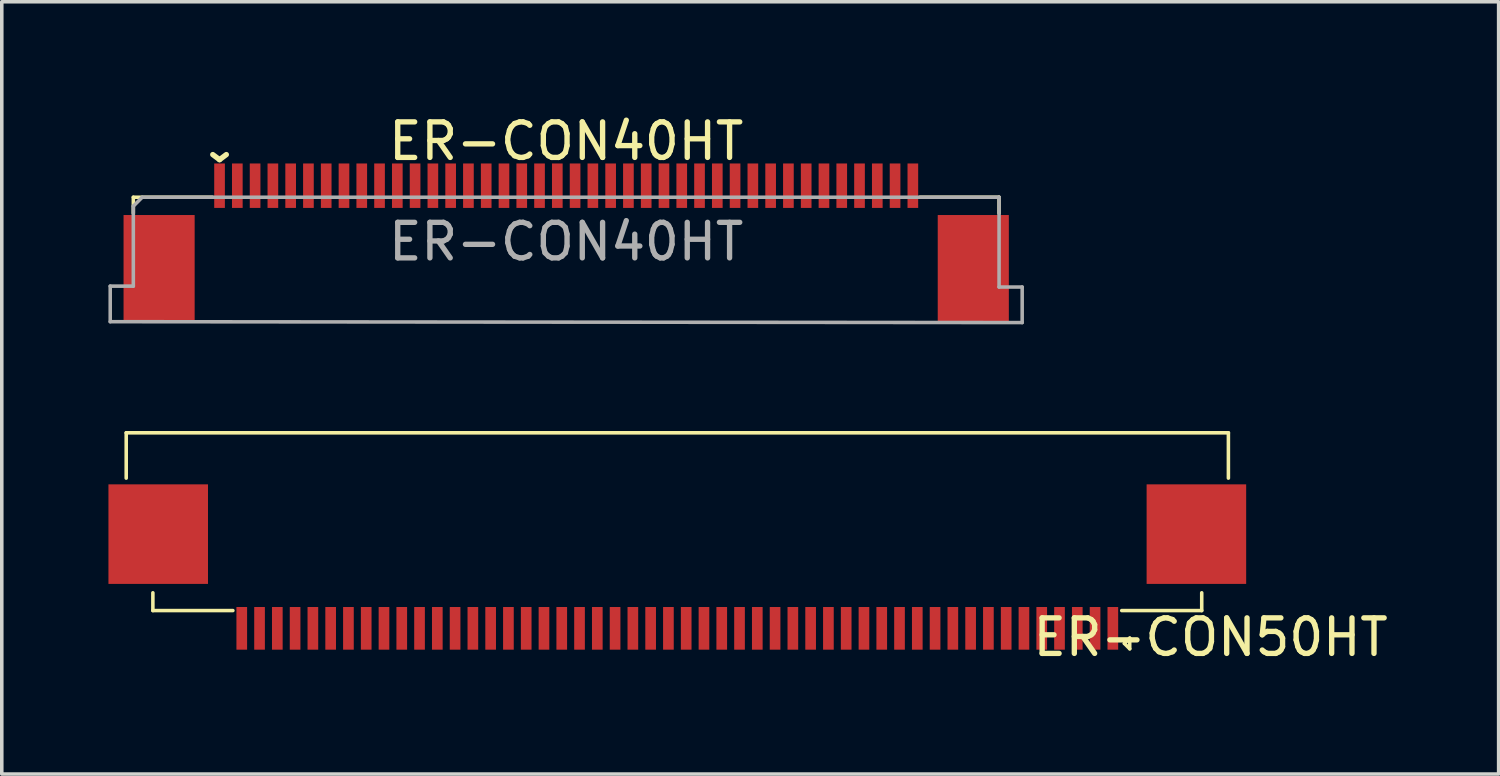
<source format=kicad_pcb>
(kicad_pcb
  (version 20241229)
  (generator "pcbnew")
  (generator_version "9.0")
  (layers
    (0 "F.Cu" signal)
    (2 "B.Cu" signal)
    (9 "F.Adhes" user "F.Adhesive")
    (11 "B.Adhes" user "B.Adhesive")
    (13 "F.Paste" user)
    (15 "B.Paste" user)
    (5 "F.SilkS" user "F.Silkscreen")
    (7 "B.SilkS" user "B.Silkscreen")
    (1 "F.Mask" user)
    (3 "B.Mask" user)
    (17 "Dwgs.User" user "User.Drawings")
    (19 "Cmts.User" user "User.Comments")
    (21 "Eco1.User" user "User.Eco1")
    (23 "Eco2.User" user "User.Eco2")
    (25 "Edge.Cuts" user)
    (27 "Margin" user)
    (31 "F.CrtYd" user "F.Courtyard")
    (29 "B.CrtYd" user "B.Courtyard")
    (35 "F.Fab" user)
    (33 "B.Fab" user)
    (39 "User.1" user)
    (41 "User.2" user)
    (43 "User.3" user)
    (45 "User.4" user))
  (footprint "ER-CON40HT"
    (layer "F.Cu")
    (at 12.875 2.998)
    (property "Reference" "ER-CON40HT" (at 0 -2.075 0) (unlocked yes) (layer "F.SilkS") (effects (font (size 1 1) (thickness 0.15))))
    (fp_line (start -12.175 -0.5) (end -9.95 -0.5) (stroke (width 0.1) (type solid)) (layer "F.SilkS"))
    (fp_line (start -12.175 -0.05) (end -12.175 -0.5) (stroke (width 0.1) (type solid)) (layer "F.SilkS"))
    (fp_line (start 12.175 -0.5) (end 9.95 -0.5) (stroke (width 0.1) (type solid)) (layer "F.SilkS"))
    (fp_line (start 12.175 -0.05) (end 12.175 -0.5) (stroke (width 0.1) (type solid)) (layer "F.SilkS"))
    (fp_line (start -12.825 2) (end -12.175 2) (stroke (width 0.1) (type solid)) (layer "F.Fab"))
    (fp_line (start -12.825 3) (end -12.825 2) (stroke (width 0.1) (type solid)) (layer "F.Fab"))
    (fp_line (start -12.175 -0.25) (end -11.925 -0.5) (stroke (width 0.1) (type solid)) (layer "F.Fab"))
    (fp_line (start -12.175 2) (end -12.175 -0.25) (stroke (width 0.1) (type solid)) (layer "F.Fab"))
    (fp_line (start -11.925 -0.5) (end 12.175 -0.5) (stroke (width 0.1) (type solid)) (layer "F.Fab"))
    (fp_line (start 12.175 -0.5) (end 12.175 2.025) (stroke (width 0.1) (type solid)) (layer "F.Fab"))
    (fp_line (start 12.175 2.025) (end 12.825 2.025) (stroke (width 0.1) (type solid)) (layer "F.Fab"))
    (fp_line (start 12.825 2.025) (end 12.825 3.025) (stroke (width 0.1) (type solid)) (layer "F.Fab"))
    (fp_line (start 12.825 3.025) (end -12.825 3) (stroke (width 0.1) (type solid)) (layer "F.Fab"))
    (fp_text user "^" (at -9.75 -2.15 180) (unlocked yes) (layer "F.SilkS") (effects (font (size 1 1) (thickness 0.15))))
    (fp_text user "${REFERENCE}" (at 0 0.75 0) (unlocked yes) (layer "F.Fab") (effects (font (size 1 1) (thickness 0.15))))
    (pad "" smd rect (at -11.45 1.5) (size 2 3) (layers "F.Cu" "F.Mask" "F.Paste"))
    (pad "" smd rect (at 11.45 1.5) (size 2 3) (layers "F.Cu" "F.Mask" "F.Paste"))
    (pad "1" smd rect (at -9.75 -0.825) (size 0.3 1.25) (layers "F.Cu" "F.Mask" "F.Paste"))
    (pad "2" smd rect (at -9.25 -0.825) (size 0.3 1.25) (layers "F.Cu" "F.Mask" "F.Paste"))
    (pad "3" smd rect (at -8.75 -0.825) (size 0.3 1.25) (layers "F.Cu" "F.Mask" "F.Paste"))
    (pad "4" smd rect (at -8.25 -0.825) (size 0.3 1.25) (layers "F.Cu" "F.Mask" "F.Paste"))
    (pad "5" smd rect (at -7.75 -0.825) (size 0.3 1.25) (layers "F.Cu" "F.Mask" "F.Paste"))
    (pad "6" smd rect (at -7.25 -0.825) (size 0.3 1.25) (layers "F.Cu" "F.Mask" "F.Paste"))
    (pad "7" smd rect (at -6.75 -0.825) (size 0.3 1.25) (layers "F.Cu" "F.Mask" "F.Paste"))
    (pad "8" smd rect (at -6.25 -0.825) (size 0.3 1.25) (layers "F.Cu" "F.Mask" "F.Paste"))
    (pad "9" smd rect (at -5.75 -0.825) (size 0.3 1.25) (layers "F.Cu" "F.Mask" "F.Paste"))
    (pad "10" smd rect (at -5.25 -0.825) (size 0.3 1.25) (layers "F.Cu" "F.Mask" "F.Paste"))
    (pad "11" smd rect (at -4.75 -0.825) (size 0.3 1.25) (layers "F.Cu" "F.Mask" "F.Paste"))
    (pad "12" smd rect (at -4.25 -0.825) (size 0.3 1.25) (layers "F.Cu" "F.Mask" "F.Paste"))
    (pad "13" smd rect (at -3.75 -0.825) (size 0.3 1.25) (layers "F.Cu" "F.Mask" "F.Paste"))
    (pad "14" smd rect (at -3.25 -0.825) (size 0.3 1.25) (layers "F.Cu" "F.Mask" "F.Paste"))
    (pad "15" smd rect (at -2.75 -0.825) (size 0.3 1.25) (layers "F.Cu" "F.Mask" "F.Paste"))
    (pad "16" smd rect (at -2.25 -0.825) (size 0.3 1.25) (layers "F.Cu" "F.Mask" "F.Paste"))
    (pad "17" smd rect (at -1.75 -0.825) (size 0.3 1.25) (layers "F.Cu" "F.Mask" "F.Paste"))
    (pad "18" smd rect (at -1.25 -0.825) (size 0.3 1.25) (layers "F.Cu" "F.Mask" "F.Paste"))
    (pad "19" smd rect (at -0.75 -0.825) (size 0.3 1.25) (layers "F.Cu" "F.Mask" "F.Paste"))
    (pad "20" smd rect (at -0.25 -0.825) (size 0.3 1.25) (layers "F.Cu" "F.Mask" "F.Paste"))
    (pad "21" smd rect (at 0.25 -0.825) (size 0.3 1.25) (layers "F.Cu" "F.Mask" "F.Paste"))
    (pad "22" smd rect (at 0.75 -0.825) (size 0.3 1.25) (layers "F.Cu" "F.Mask" "F.Paste"))
    (pad "23" smd rect (at 1.25 -0.825) (size 0.3 1.25) (layers "F.Cu" "F.Mask" "F.Paste"))
    (pad "24" smd rect (at 1.75 -0.825) (size 0.3 1.25) (layers "F.Cu" "F.Mask" "F.Paste"))
    (pad "25" smd rect (at 2.25 -0.825) (size 0.3 1.25) (layers "F.Cu" "F.Mask" "F.Paste"))
    (pad "26" smd rect (at 2.75 -0.825) (size 0.3 1.25) (layers "F.Cu" "F.Mask" "F.Paste"))
    (pad "27" smd rect (at 3.25 -0.825) (size 0.3 1.25) (layers "F.Cu" "F.Mask" "F.Paste"))
    (pad "28" smd rect (at 3.75 -0.825) (size 0.3 1.25) (layers "F.Cu" "F.Mask" "F.Paste"))
    (pad "29" smd rect (at 4.25 -0.825) (size 0.3 1.25) (layers "F.Cu" "F.Mask" "F.Paste"))
    (pad "30" smd rect (at 4.75 -0.825) (size 0.3 1.25) (layers "F.Cu" "F.Mask" "F.Paste"))
    (pad "31" smd rect (at 5.25 -0.825) (size 0.3 1.25) (layers "F.Cu" "F.Mask" "F.Paste"))
    (pad "32" smd rect (at 5.75 -0.825) (size 0.3 1.25) (layers "F.Cu" "F.Mask" "F.Paste"))
    (pad "33" smd rect (at 6.25 -0.825) (size 0.3 1.25) (layers "F.Cu" "F.Mask" "F.Paste"))
    (pad "34" smd rect (at 6.75 -0.825) (size 0.3 1.25) (layers "F.Cu" "F.Mask" "F.Paste"))
    (pad "35" smd rect (at 7.25 -0.825) (size 0.3 1.25) (layers "F.Cu" "F.Mask" "F.Paste"))
    (pad "36" smd rect (at 7.75 -0.825) (size 0.3 1.25) (layers "F.Cu" "F.Mask" "F.Paste"))
    (pad "37" smd rect (at 8.25 -0.825) (size 0.3 1.25) (layers "F.Cu" "F.Mask" "F.Paste"))
    (pad "38" smd rect (at 8.75 -0.825) (size 0.3 1.25) (layers "F.Cu" "F.Mask" "F.Paste"))
    (pad "39" smd rect (at 9.25 -0.825) (size 0.3 1.25) (layers "F.Cu" "F.Mask" "F.Paste"))
    (pad "40" smd rect (at 9.75 -0.825) (size 0.3 1.25) (layers "F.Cu" "F.Mask" "F.Paste")))
  (footprint "ER-CON50HT"
    (layer "F.Cu")
    (at 16 12.123)
    (property "Reference" "ER-CON50HT" (at 15 2.75 0) (layer "F.SilkS") (effects (font (size 1 1) (thickness 0.15))))
    (attr smd)
    (fp_line (start -15.5 -3) (end -15.5 -1.725) (stroke (width 0.1) (type solid)) (layer "F.SilkS"))
    (fp_line (start -14.75 1.5) (end -14.75 2) (stroke (width 0.1) (type solid)) (layer "F.SilkS"))
    (fp_line (start -14.75 2) (end -12.5 2) (stroke (width 0.1) (type solid)) (layer "F.SilkS"))
    (fp_line (start 12.5 2) (end 14.75 2) (stroke (width 0.1) (type solid)) (layer "F.SilkS"))
    (fp_line (start 12.575 2.925) (end 12.725 2.775) (stroke (width 0.1) (type solid)) (layer "F.SilkS"))
    (fp_line (start 12.725 2.775) (end 12.725 3.075) (stroke (width 0.1) (type solid)) (layer "F.SilkS"))
    (fp_line (start 12.725 3.075) (end 12.575 2.925) (stroke (width 0.1) (type solid)) (layer "F.SilkS"))
    (fp_line (start 14.75 1.5) (end 14.75 2) (stroke (width 0.1) (type solid)) (layer "F.SilkS"))
    (fp_line (start 15.5 -3) (end -15.5 -3) (stroke (width 0.1) (type solid)) (layer "F.SilkS"))
    (fp_line (start 15.5 -3) (end 15.5 -1.725) (stroke (width 0.1) (type solid)) (layer "F.SilkS"))
    (pad "" smd rect (at -14.6 -0.15) (size 2.8 2.8) (layers "F.Cu" "F.Mask" "F.Paste"))
    (pad "" smd rect (at 14.6 -0.15) (size 2.8 2.8) (layers "F.Cu" "F.Mask" "F.Paste"))
    (pad "1" smd rect (at 12.25 2.5) (size 0.3 1.2) (layers "F.Cu" "F.Mask" "F.Paste"))
    (pad "2" smd rect (at 11.75 2.5) (size 0.3 1.2) (layers "F.Cu" "F.Mask" "F.Paste"))
    (pad "3" smd rect (at 11.25 2.5) (size 0.3 1.2) (layers "F.Cu" "F.Mask" "F.Paste"))
    (pad "4" smd rect (at 10.75 2.5) (size 0.3 1.2) (layers "F.Cu" "F.Mask" "F.Paste"))
    (pad "5" smd rect (at 10.25 2.5) (size 0.3 1.2) (layers "F.Cu" "F.Mask" "F.Paste"))
    (pad "6" smd rect (at 9.75 2.5) (size 0.3 1.2) (layers "F.Cu" "F.Mask" "F.Paste"))
    (pad "7" smd rect (at 9.25 2.5) (size 0.3 1.2) (layers "F.Cu" "F.Mask" "F.Paste"))
    (pad "8" smd rect (at 8.75 2.5) (size 0.3 1.2) (layers "F.Cu" "F.Mask" "F.Paste"))
    (pad "9" smd rect (at 8.25 2.5) (size 0.3 1.2) (layers "F.Cu" "F.Mask" "F.Paste"))
    (pad "10" smd rect (at 7.75 2.5) (size 0.3 1.2) (layers "F.Cu" "F.Mask" "F.Paste"))
    (pad "11" smd rect (at 7.25 2.5) (size 0.3 1.2) (layers "F.Cu" "F.Mask" "F.Paste"))
    (pad "12" smd rect (at 6.75 2.5) (size 0.3 1.2) (layers "F.Cu" "F.Mask" "F.Paste"))
    (pad "13" smd rect (at 6.25 2.5) (size 0.3 1.2) (layers "F.Cu" "F.Mask" "F.Paste"))
    (pad "14" smd rect (at 5.75 2.5) (size 0.3 1.2) (layers "F.Cu" "F.Mask" "F.Paste"))
    (pad "15" smd rect (at 5.25 2.5) (size 0.3 1.2) (layers "F.Cu" "F.Mask" "F.Paste"))
    (pad "16" smd rect (at 4.75 2.5) (size 0.3 1.2) (layers "F.Cu" "F.Mask" "F.Paste"))
    (pad "17" smd rect (at 4.25 2.5) (size 0.3 1.2) (layers "F.Cu" "F.Mask" "F.Paste"))
    (pad "18" smd rect (at 3.75 2.5) (size 0.3 1.2) (layers "F.Cu" "F.Mask" "F.Paste"))
    (pad "19" smd rect (at 3.25 2.5) (size 0.3 1.2) (layers "F.Cu" "F.Mask" "F.Paste"))
    (pad "20" smd rect (at 2.75 2.5) (size 0.3 1.2) (layers "F.Cu" "F.Mask" "F.Paste"))
    (pad "21" smd rect (at 2.25 2.5) (size 0.3 1.2) (layers "F.Cu" "F.Mask" "F.Paste"))
    (pad "22" smd rect (at 1.75 2.5) (size 0.3 1.2) (layers "F.Cu" "F.Mask" "F.Paste"))
    (pad "23" smd rect (at 1.25 2.5) (size 0.3 1.2) (layers "F.Cu" "F.Mask" "F.Paste"))
    (pad "24" smd rect (at 0.75 2.5) (size 0.3 1.2) (layers "F.Cu" "F.Mask" "F.Paste"))
    (pad "25" smd rect (at 0.25 2.5) (size 0.3 1.2) (layers "F.Cu" "F.Mask" "F.Paste"))
    (pad "26" smd rect (at -0.25 2.5) (size 0.3 1.2) (layers "F.Cu" "F.Mask" "F.Paste"))
    (pad "27" smd rect (at -0.75 2.5) (size 0.3 1.2) (layers "F.Cu" "F.Mask" "F.Paste"))
    (pad "28" smd rect (at -1.25 2.5) (size 0.3 1.2) (layers "F.Cu" "F.Mask" "F.Paste"))
    (pad "29" smd rect (at -1.75 2.5) (size 0.3 1.2) (layers "F.Cu" "F.Mask" "F.Paste"))
    (pad "30" smd rect (at -2.25 2.5) (size 0.3 1.2) (layers "F.Cu" "F.Mask" "F.Paste"))
    (pad "31" smd rect (at -2.75 2.5) (size 0.3 1.2) (layers "F.Cu" "F.Mask" "F.Paste"))
    (pad "32" smd rect (at -3.25 2.5) (size 0.3 1.2) (layers "F.Cu" "F.Mask" "F.Paste"))
    (pad "33" smd rect (at -3.75 2.5) (size 0.3 1.2) (layers "F.Cu" "F.Mask" "F.Paste"))
    (pad "34" smd rect (at -4.25 2.5) (size 0.3 1.2) (layers "F.Cu" "F.Mask" "F.Paste"))
    (pad "35" smd rect (at -4.75 2.5) (size 0.3 1.2) (layers "F.Cu" "F.Mask" "F.Paste"))
    (pad "36" smd rect (at -5.25 2.5) (size 0.3 1.2) (layers "F.Cu" "F.Mask" "F.Paste"))
    (pad "37" smd rect (at -5.75 2.5) (size 0.3 1.2) (layers "F.Cu" "F.Mask" "F.Paste"))
    (pad "38" smd rect (at -6.25 2.5) (size 0.3 1.2) (layers "F.Cu" "F.Mask" "F.Paste"))
    (pad "39" smd rect (at -6.75 2.5) (size 0.3 1.2) (layers "F.Cu" "F.Mask" "F.Paste"))
    (pad "40" smd rect (at -7.25 2.5) (size 0.3 1.2) (layers "F.Cu" "F.Mask" "F.Paste"))
    (pad "41" smd rect (at -7.75 2.5) (size 0.3 1.2) (layers "F.Cu" "F.Mask" "F.Paste"))
    (pad "42" smd rect (at -8.25 2.5) (size 0.3 1.2) (layers "F.Cu" "F.Mask" "F.Paste"))
    (pad "43" smd rect (at -8.75 2.5) (size 0.3 1.2) (layers "F.Cu" "F.Mask" "F.Paste"))
    (pad "44" smd rect (at -9.25 2.5) (size 0.3 1.2) (layers "F.Cu" "F.Mask" "F.Paste"))
    (pad "45" smd rect (at -9.75 2.5) (size 0.3 1.2) (layers "F.Cu" "F.Mask" "F.Paste"))
    (pad "46" smd rect (at -10.25 2.5) (size 0.3 1.2) (layers "F.Cu" "F.Mask" "F.Paste"))
    (pad "47" smd rect (at -10.75 2.5) (size 0.3 1.2) (layers "F.Cu" "F.Mask" "F.Paste"))
    (pad "48" smd rect (at -11.25 2.5) (size 0.3 1.2) (layers "F.Cu" "F.Mask" "F.Paste"))
    (pad "49" smd rect (at -11.75 2.5) (size 0.3 1.2) (layers "F.Cu" "F.Mask" "F.Paste"))
    (pad "50" smd rect (at -12.25 2.5) (size 0.3 1.2) (layers "F.Cu" "F.Mask" "F.Paste")))
  (gr_rect
    (start -3 -3)
    (end 39.101 18.721)
    (stroke (width 0.1) (type default))
    (fill no)
    (layer "Edge.Cuts")))
</source>
